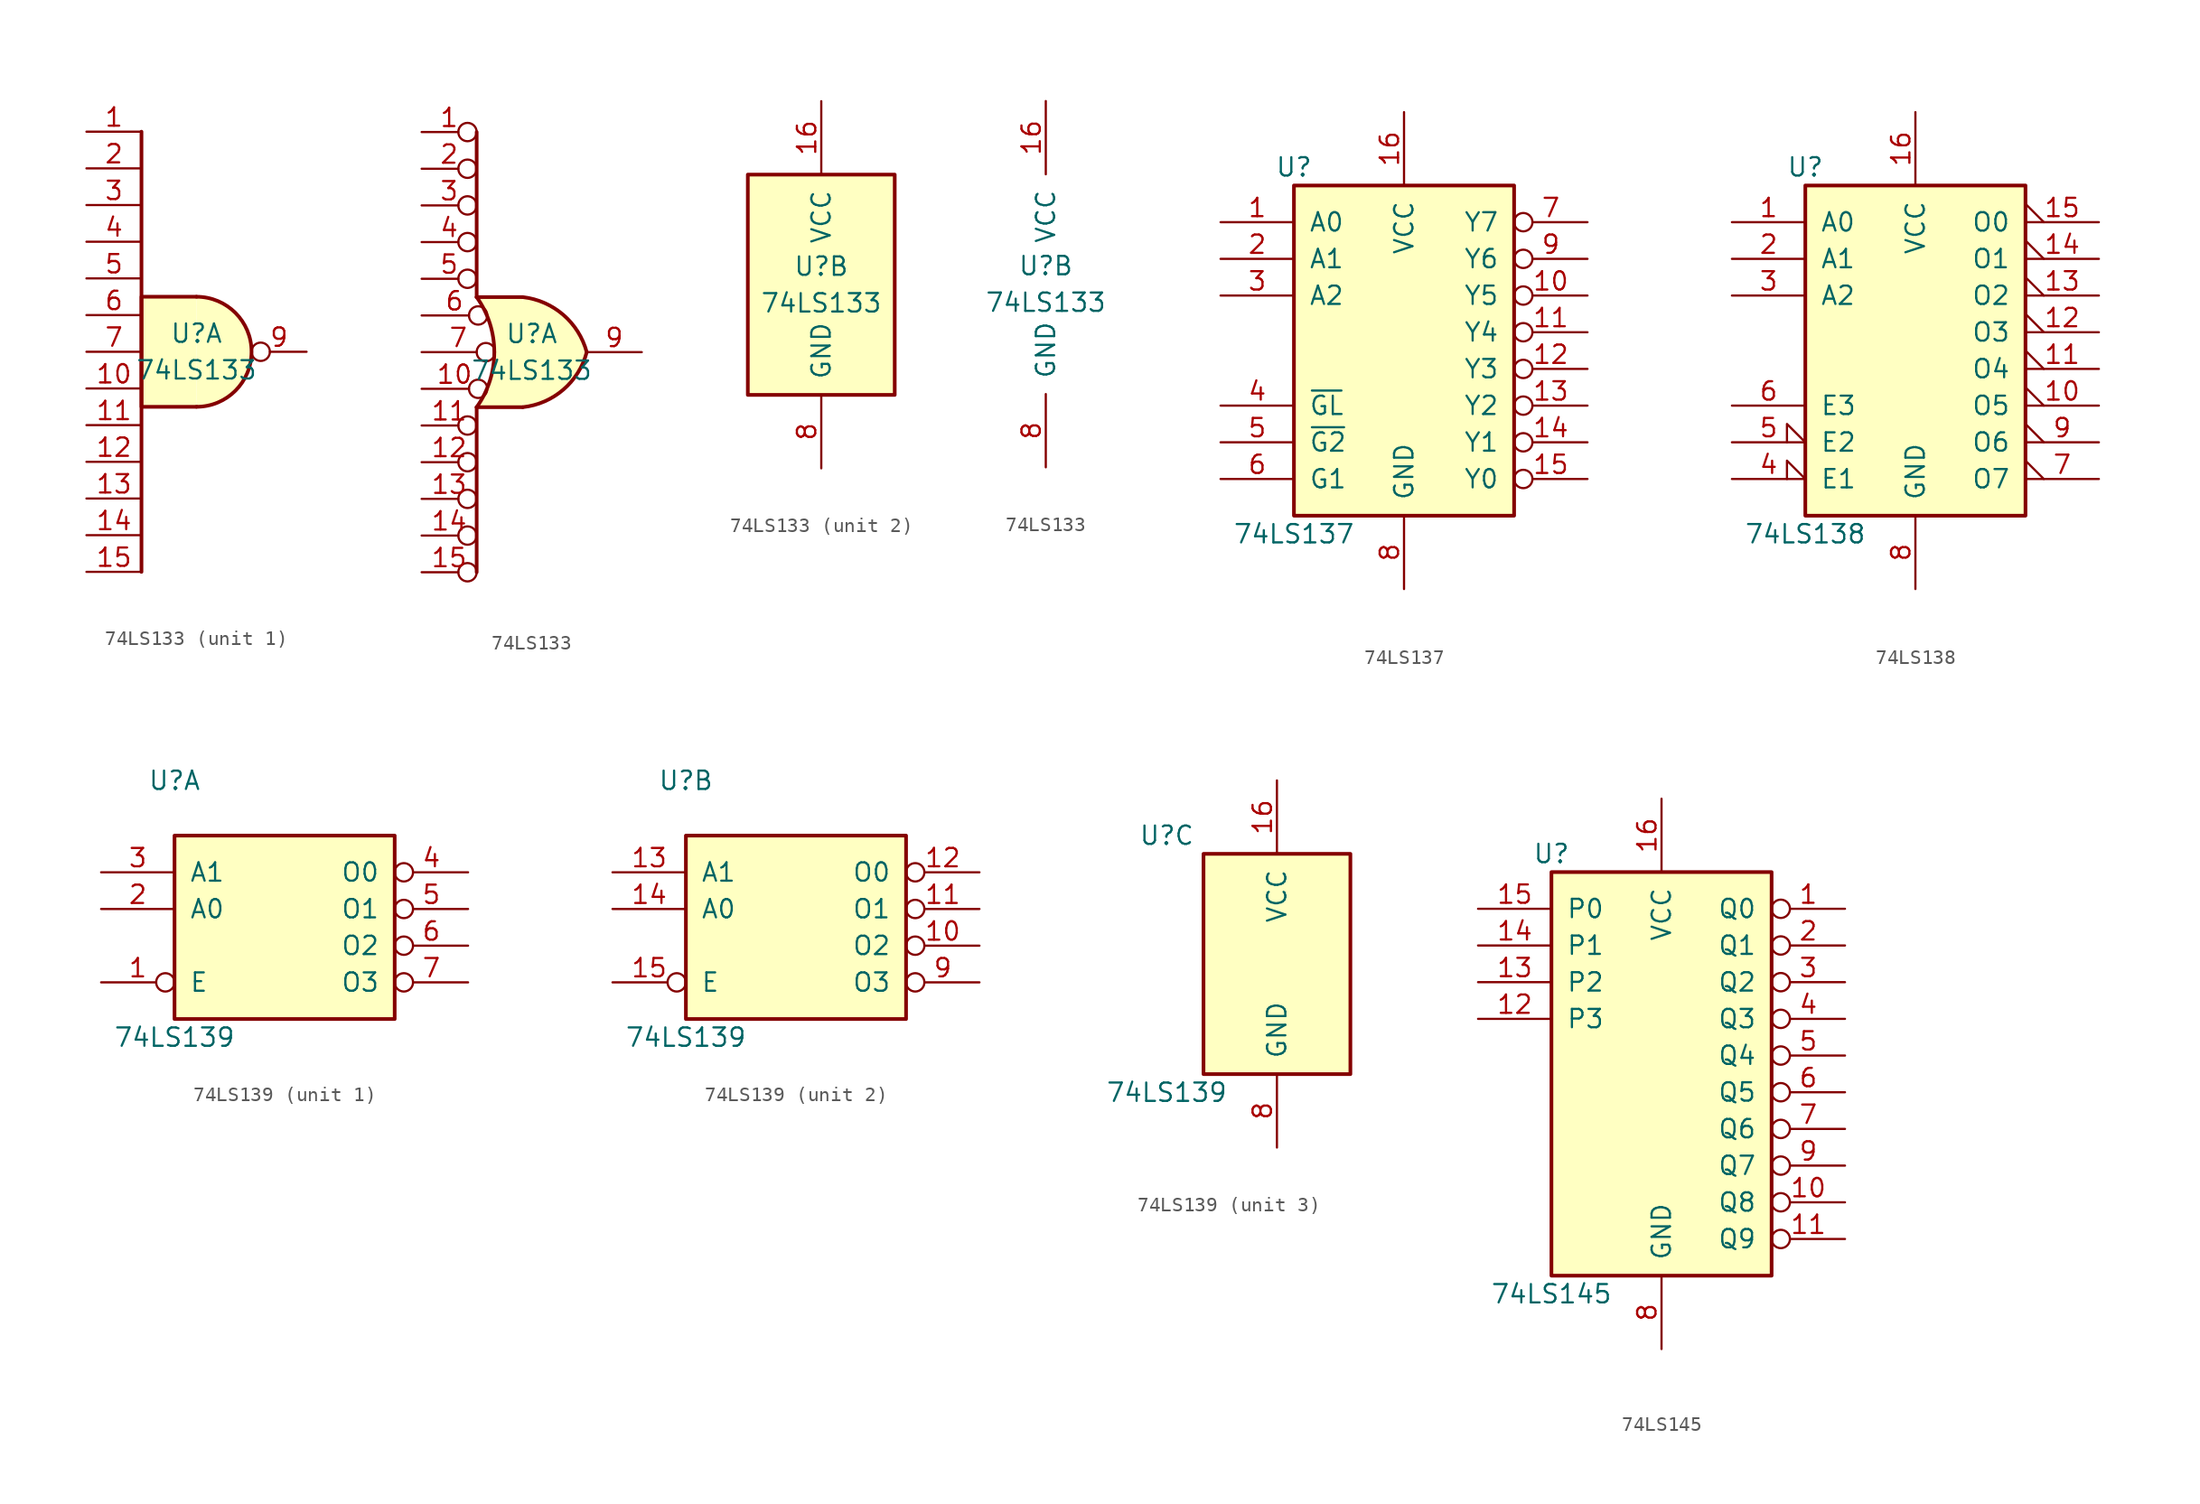
<source format=kicad_sym>
(kicad_symbol_lib
  (version 20241209)
  (generator "kicad_symbol_editor")
  (generator_version "9.0")
  (symbol "74LS133"
    (pin_names
      (offset 1.016))
    (property "Reference" "U"
      (at 0 1.27 0)
      (effects (font (size 1.27 1.27))))
    (property "Value" "74LS133"
      (at 0 -1.27 0)
      (effects (font (size 1.27 1.27))))
    (property "ki_locked" ""
      (at 0 0 0)
      (effects (font (size 1.27 1.27))))
    (symbol "74LS133_1_1"
      (polyline (pts (xy -3.81 15.24) (xy -3.81 -15.24)) (stroke (width 0.254) (type solid)) (fill (type none)))
      (polyline (pts (xy 0 3.81) (xy -3.81 3.81) (xy -3.81 -3.81) (xy 0 -3.81)) (stroke (width 0.254) (type solid)) (fill (type background)))
      (arc (start 0 3.81) (mid 3.81 0) (end 0 -3.81) (stroke (width 0.254) (type solid)) (fill (type background)))
      (pin input line (at -7.62 15.24 0) (length 3.81) (name "~" (effects (font (size 1.27 1.27)))) (number "1" (effects (font (size 1.27 1.27)))))
      (pin input line (at -7.62 12.7 0) (length 3.81) (name "~" (effects (font (size 1.27 1.27)))) (number "2" (effects (font (size 1.27 1.27)))))
      (pin input line (at -7.62 10.16 0) (length 3.81) (name "~" (effects (font (size 1.27 1.27)))) (number "3" (effects (font (size 1.27 1.27)))))
      (pin input line (at -7.62 7.62 0) (length 3.81) (name "~" (effects (font (size 1.27 1.27)))) (number "4" (effects (font (size 1.27 1.27)))))
      (pin input line (at -7.62 5.08 0) (length 3.81) (name "~" (effects (font (size 1.27 1.27)))) (number "5" (effects (font (size 1.27 1.27)))))
      (pin input line (at -7.62 2.54 0) (length 3.81) (name "~" (effects (font (size 1.27 1.27)))) (number "6" (effects (font (size 1.27 1.27)))))
      (pin input line (at -7.62 0 0) (length 3.81) (name "~" (effects (font (size 1.27 1.27)))) (number "7" (effects (font (size 1.27 1.27)))))
      (pin input line (at -7.62 -2.54 0) (length 3.81) (name "~" (effects (font (size 1.27 1.27)))) (number "10" (effects (font (size 1.27 1.27)))))
      (pin input line (at -7.62 -5.08 0) (length 3.81) (name "~" (effects (font (size 1.27 1.27)))) (number "11" (effects (font (size 1.27 1.27)))))
      (pin input line (at -7.62 -7.62 0) (length 3.81) (name "~" (effects (font (size 1.27 1.27)))) (number "12" (effects (font (size 1.27 1.27)))))
      (pin input line (at -7.62 -10.16 0) (length 3.81) (name "~" (effects (font (size 1.27 1.27)))) (number "13" (effects (font (size 1.27 1.27)))))
      (pin input line (at -7.62 -12.7 0) (length 3.81) (name "~" (effects (font (size 1.27 1.27)))) (number "14" (effects (font (size 1.27 1.27)))))
      (pin input line (at -7.62 -15.24 0) (length 3.81) (name "~" (effects (font (size 1.27 1.27)))) (number "15" (effects (font (size 1.27 1.27)))))
      (pin output inverted (at 7.62 0 180) (length 3.81) (name "~" (effects (font (size 1.27 1.27)))) (number "9" (effects (font (size 1.27 1.27))))))
    (symbol "74LS133_1_2"
      (arc (start -3.81 3.81) (mid -2.589 0) (end -3.81 -3.81) (stroke (width 0.254) (type solid)) (fill (type none)))
      (polyline (pts (xy -3.81 15.24) (xy -3.81 3.81)) (stroke (width 0.254) (type solid)) (fill (type none)))
      (polyline (pts (xy -3.81 3.81) (xy -0.635 3.81)) (stroke (width 0.254) (type solid)) (fill (type background)))
      (polyline (pts (xy -3.81 -3.81) (xy -3.81 -15.24)) (stroke (width 0.254) (type solid)) (fill (type none)))
      (polyline (pts (xy -3.81 -3.81) (xy -0.635 -3.81)) (stroke (width 0.254) (type solid)) (fill (type background)))
      (arc (start 3.81 0) (mid 2.1915 -2.5936) (end -0.6096 -3.81) (stroke (width 0.254) (type solid)) (fill (type background)))
      (arc (start -0.6096 3.81) (mid 2.1842 2.5851) (end 3.81 0) (stroke (width 0.254) (type solid)) (fill (type background)))
      (polyline (pts (xy -0.635 3.81) (xy -3.81 3.81) (xy -3.81 3.81) (xy -3.556 3.404) (xy -3.023 2.261) (xy -2.692 1.041) (xy -2.616 -0.254) (xy -2.769 -1.499) (xy -3.175 -2.718) (xy -3.81 -3.81) (xy -3.81 -3.81) (xy -0.635 -3.81)) (stroke (width -25.4) (type solid)) (fill (type background)))
      (pin input inverted (at -7.62 15.24 0) (length 3.81) (name "~" (effects (font (size 1.27 1.27)))) (number "1" (effects (font (size 1.27 1.27)))))
      (pin input inverted (at -7.62 12.7 0) (length 3.81) (name "~" (effects (font (size 1.27 1.27)))) (number "2" (effects (font (size 1.27 1.27)))))
      (pin input inverted (at -7.62 10.16 0) (length 3.81) (name "~" (effects (font (size 1.27 1.27)))) (number "3" (effects (font (size 1.27 1.27)))))
      (pin input inverted (at -7.62 7.62 0) (length 3.81) (name "~" (effects (font (size 1.27 1.27)))) (number "4" (effects (font (size 1.27 1.27)))))
      (pin input inverted (at -7.62 5.08 0) (length 3.81) (name "~" (effects (font (size 1.27 1.27)))) (number "5" (effects (font (size 1.27 1.27)))))
      (pin input inverted (at -7.62 2.54 0) (length 4.547) (name "~" (effects (font (size 1.27 1.27)))) (number "6" (effects (font (size 1.27 1.27)))))
      (pin input inverted (at -7.62 0 0) (length 5.08) (name "~" (effects (font (size 1.27 1.27)))) (number "7" (effects (font (size 1.27 1.27)))))
      (pin input inverted (at -7.62 -2.54 0) (length 4.547) (name "~" (effects (font (size 1.27 1.27)))) (number "10" (effects (font (size 1.27 1.27)))))
      (pin input inverted (at -7.62 -5.08 0) (length 3.81) (name "~" (effects (font (size 1.27 1.27)))) (number "11" (effects (font (size 1.27 1.27)))))
      (pin input inverted (at -7.62 -7.62 0) (length 3.81) (name "~" (effects (font (size 1.27 1.27)))) (number "12" (effects (font (size 1.27 1.27)))))
      (pin input inverted (at -7.62 -10.16 0) (length 3.81) (name "~" (effects (font (size 1.27 1.27)))) (number "13" (effects (font (size 1.27 1.27)))))
      (pin input inverted (at -7.62 -12.7 0) (length 3.81) (name "~" (effects (font (size 1.27 1.27)))) (number "14" (effects (font (size 1.27 1.27)))))
      (pin input inverted (at -7.62 -15.24 0) (length 3.81) (name "~" (effects (font (size 1.27 1.27)))) (number "15" (effects (font (size 1.27 1.27)))))
      (pin output line (at 7.62 0 180) (length 3.81) (name "~" (effects (font (size 1.27 1.27)))) (number "9" (effects (font (size 1.27 1.27))))))
    (symbol "74LS133_2_0"
      (pin power_in line (at 0 12.7 270) (length 5.08) (name "VCC" (effects (font (size 1.27 1.27)))) (number "16" (effects (font (size 1.27 1.27)))))
      (pin power_in line (at 0 -12.7 90) (length 5.08) (name "GND" (effects (font (size 1.27 1.27)))) (number "8" (effects (font (size 1.27 1.27))))))
    (symbol "74LS133_2_1"
      (rectangle (start -5.08 7.62) (end 5.08 -7.62) (stroke (width 0.254) (type solid)) (fill (type background)))))
  (symbol "74LS137"
    (pin_names
      (offset 1.016))
    (property "Reference" "U"
      (at -7.62 11.43 0)
      (effects (font (size 1.27 1.27))))
    (property "Value" "74LS137"
      (at -7.62 -13.97 0)
      (effects (font (size 1.27 1.27))))
    (property "ki_locked" ""
      (at 0 0 0)
      (effects (font (size 1.27 1.27))))
    (symbol "74LS137_1_0"
      (pin input line (at -12.7 7.62 0) (length 5.08) (name "A0" (effects (font (size 1.27 1.27)))) (number "1" (effects (font (size 1.27 1.27)))))
      (pin input line (at -12.7 5.08 0) (length 5.08) (name "A1" (effects (font (size 1.27 1.27)))) (number "2" (effects (font (size 1.27 1.27)))))
      (pin input line (at -12.7 2.54 0) (length 5.08) (name "A2" (effects (font (size 1.27 1.27)))) (number "3" (effects (font (size 1.27 1.27)))))
      (pin input line (at -12.7 -5.08 0) (length 5.08) (name "~{GL}" (effects (font (size 1.27 1.27)))) (number "4" (effects (font (size 1.27 1.27)))))
      (pin input line (at -12.7 -7.62 0) (length 5.08) (name "~{G2}" (effects (font (size 1.27 1.27)))) (number "5" (effects (font (size 1.27 1.27)))))
      (pin input line (at -12.7 -10.16 0) (length 5.08) (name "G1" (effects (font (size 1.27 1.27)))) (number "6" (effects (font (size 1.27 1.27)))))
      (pin power_in line (at 0 15.24 270) (length 5.08) (name "VCC" (effects (font (size 1.27 1.27)))) (number "16" (effects (font (size 1.27 1.27)))))
      (pin power_in line (at 0 -17.78 90) (length 5.08) (name "GND" (effects (font (size 1.27 1.27)))) (number "8" (effects (font (size 1.27 1.27)))))
      (pin output inverted (at 12.7 7.62 180) (length 5.08) (name "Y7" (effects (font (size 1.27 1.27)))) (number "7" (effects (font (size 1.27 1.27)))))
      (pin output inverted (at 12.7 5.08 180) (length 5.08) (name "Y6" (effects (font (size 1.27 1.27)))) (number "9" (effects (font (size 1.27 1.27)))))
      (pin output inverted (at 12.7 2.54 180) (length 5.08) (name "Y5" (effects (font (size 1.27 1.27)))) (number "10" (effects (font (size 1.27 1.27)))))
      (pin output inverted (at 12.7 0 180) (length 5.08) (name "Y4" (effects (font (size 1.27 1.27)))) (number "11" (effects (font (size 1.27 1.27)))))
      (pin output inverted (at 12.7 -2.54 180) (length 5.08) (name "Y3" (effects (font (size 1.27 1.27)))) (number "12" (effects (font (size 1.27 1.27)))))
      (pin output inverted (at 12.7 -5.08 180) (length 5.08) (name "Y2" (effects (font (size 1.27 1.27)))) (number "13" (effects (font (size 1.27 1.27)))))
      (pin output inverted (at 12.7 -7.62 180) (length 5.08) (name "Y1" (effects (font (size 1.27 1.27)))) (number "14" (effects (font (size 1.27 1.27)))))
      (pin output inverted (at 12.7 -10.16 180) (length 5.08) (name "Y0" (effects (font (size 1.27 1.27)))) (number "15" (effects (font (size 1.27 1.27))))))
    (symbol "74LS137_1_1"
      (rectangle (start -7.62 10.16) (end 7.62 -12.7) (stroke (width 0.254) (type solid)) (fill (type background)))))
  (symbol "74LS138"
    (pin_names
      (offset 1.016))
    (property "Reference" "U"
      (at -7.62 11.43 0)
      (effects (font (size 1.27 1.27))))
    (property "Value" "74LS138"
      (at -7.62 -13.97 0)
      (effects (font (size 1.27 1.27))))
    (property "ki_locked" ""
      (at 0 0 0)
      (effects (font (size 1.27 1.27))))
    (symbol "74LS138_1_0"
      (pin input line (at -12.7 7.62 0) (length 5.08) (name "A0" (effects (font (size 1.27 1.27)))) (number "1" (effects (font (size 1.27 1.27)))))
      (pin input line (at -12.7 5.08 0) (length 5.08) (name "A1" (effects (font (size 1.27 1.27)))) (number "2" (effects (font (size 1.27 1.27)))))
      (pin input line (at -12.7 2.54 0) (length 5.08) (name "A2" (effects (font (size 1.27 1.27)))) (number "3" (effects (font (size 1.27 1.27)))))
      (pin input line (at -12.7 -5.08 0) (length 5.08) (name "E3" (effects (font (size 1.27 1.27)))) (number "6" (effects (font (size 1.27 1.27)))))
      (pin input input_low (at -12.7 -7.62 0) (length 5.08) (name "E2" (effects (font (size 1.27 1.27)))) (number "5" (effects (font (size 1.27 1.27)))))
      (pin input input_low (at -12.7 -10.16 0) (length 5.08) (name "E1" (effects (font (size 1.27 1.27)))) (number "4" (effects (font (size 1.27 1.27)))))
      (pin power_in line (at 0 15.24 270) (length 5.08) (name "VCC" (effects (font (size 1.27 1.27)))) (number "16" (effects (font (size 1.27 1.27)))))
      (pin power_in line (at 0 -17.78 90) (length 5.08) (name "GND" (effects (font (size 1.27 1.27)))) (number "8" (effects (font (size 1.27 1.27)))))
      (pin output output_low (at 12.7 7.62 180) (length 5.08) (name "O0" (effects (font (size 1.27 1.27)))) (number "15" (effects (font (size 1.27 1.27)))))
      (pin output output_low (at 12.7 5.08 180) (length 5.08) (name "O1" (effects (font (size 1.27 1.27)))) (number "14" (effects (font (size 1.27 1.27)))))
      (pin output output_low (at 12.7 2.54 180) (length 5.08) (name "O2" (effects (font (size 1.27 1.27)))) (number "13" (effects (font (size 1.27 1.27)))))
      (pin output output_low (at 12.7 0 180) (length 5.08) (name "O3" (effects (font (size 1.27 1.27)))) (number "12" (effects (font (size 1.27 1.27)))))
      (pin output output_low (at 12.7 -2.54 180) (length 5.08) (name "O4" (effects (font (size 1.27 1.27)))) (number "11" (effects (font (size 1.27 1.27)))))
      (pin output output_low (at 12.7 -5.08 180) (length 5.08) (name "O5" (effects (font (size 1.27 1.27)))) (number "10" (effects (font (size 1.27 1.27)))))
      (pin output output_low (at 12.7 -7.62 180) (length 5.08) (name "O6" (effects (font (size 1.27 1.27)))) (number "9" (effects (font (size 1.27 1.27)))))
      (pin output output_low (at 12.7 -10.16 180) (length 5.08) (name "O7" (effects (font (size 1.27 1.27)))) (number "7" (effects (font (size 1.27 1.27))))))
    (symbol "74LS138_1_1"
      (rectangle (start -7.62 10.16) (end 7.62 -12.7) (stroke (width 0.254) (type solid)) (fill (type background)))))
  (symbol "74LS139"
    (pin_names
      (offset 1.016))
    (property "Reference" "U"
      (at -7.62 8.89 0)
      (effects (font (size 1.27 1.27))))
    (property "Value" "74LS139"
      (at -7.62 -8.89 0)
      (effects (font (size 1.27 1.27))))
    (property "ki_locked" ""
      (at 0 0 0)
      (effects (font (size 1.27 1.27))))
    (symbol "74LS139_1_0"
      (pin input line (at -12.7 2.54 0) (length 5.08) (name "A1" (effects (font (size 1.27 1.27)))) (number "3" (effects (font (size 1.27 1.27)))))
      (pin input line (at -12.7 0 0) (length 5.08) (name "A0" (effects (font (size 1.27 1.27)))) (number "2" (effects (font (size 1.27 1.27)))))
      (pin input inverted (at -12.7 -5.08 0) (length 5.08) (name "E" (effects (font (size 1.27 1.27)))) (number "1" (effects (font (size 1.27 1.27)))))
      (pin output inverted (at 12.7 2.54 180) (length 5.08) (name "O0" (effects (font (size 1.27 1.27)))) (number "4" (effects (font (size 1.27 1.27)))))
      (pin output inverted (at 12.7 0 180) (length 5.08) (name "O1" (effects (font (size 1.27 1.27)))) (number "5" (effects (font (size 1.27 1.27)))))
      (pin output inverted (at 12.7 -2.54 180) (length 5.08) (name "O2" (effects (font (size 1.27 1.27)))) (number "6" (effects (font (size 1.27 1.27)))))
      (pin output inverted (at 12.7 -5.08 180) (length 5.08) (name "O3" (effects (font (size 1.27 1.27)))) (number "7" (effects (font (size 1.27 1.27))))))
    (symbol "74LS139_1_1"
      (rectangle (start -7.62 5.08) (end 7.62 -7.62) (stroke (width 0.254) (type solid)) (fill (type background))))
    (symbol "74LS139_2_0"
      (pin input line (at -12.7 2.54 0) (length 5.08) (name "A1" (effects (font (size 1.27 1.27)))) (number "13" (effects (font (size 1.27 1.27)))))
      (pin input line (at -12.7 0 0) (length 5.08) (name "A0" (effects (font (size 1.27 1.27)))) (number "14" (effects (font (size 1.27 1.27)))))
      (pin input inverted (at -12.7 -5.08 0) (length 5.08) (name "E" (effects (font (size 1.27 1.27)))) (number "15" (effects (font (size 1.27 1.27)))))
      (pin output inverted (at 12.7 2.54 180) (length 5.08) (name "O0" (effects (font (size 1.27 1.27)))) (number "12" (effects (font (size 1.27 1.27)))))
      (pin output inverted (at 12.7 0 180) (length 5.08) (name "O1" (effects (font (size 1.27 1.27)))) (number "11" (effects (font (size 1.27 1.27)))))
      (pin output inverted (at 12.7 -2.54 180) (length 5.08) (name "O2" (effects (font (size 1.27 1.27)))) (number "10" (effects (font (size 1.27 1.27)))))
      (pin output inverted (at 12.7 -5.08 180) (length 5.08) (name "O3" (effects (font (size 1.27 1.27)))) (number "9" (effects (font (size 1.27 1.27))))))
    (symbol "74LS139_2_1"
      (rectangle (start -7.62 5.08) (end 7.62 -7.62) (stroke (width 0.254) (type solid)) (fill (type background))))
    (symbol "74LS139_3_0"
      (pin power_in line (at 0 12.7 270) (length 5.08) (name "VCC" (effects (font (size 1.27 1.27)))) (number "16" (effects (font (size 1.27 1.27)))))
      (pin power_in line (at 0 -12.7 90) (length 5.08) (name "GND" (effects (font (size 1.27 1.27)))) (number "8" (effects (font (size 1.27 1.27))))))
    (symbol "74LS139_3_1"
      (rectangle (start -5.08 7.62) (end 5.08 -7.62) (stroke (width 0.254) (type solid)) (fill (type background)))))
  (symbol "74LS145"
    (pin_names
      (offset 1.016))
    (property "Reference" "U"
      (at -7.62 13.97 0)
      (effects (font (size 1.27 1.27))))
    (property "Value" "74LS145"
      (at -7.62 -16.51 0)
      (effects (font (size 1.27 1.27))))
    (property "ki_locked" ""
      (at 0 0 0)
      (effects (font (size 1.27 1.27))))
    (symbol "74LS145_1_0"
      (pin input line (at -12.7 10.16 0) (length 5.08) (name "P0" (effects (font (size 1.27 1.27)))) (number "15" (effects (font (size 1.27 1.27)))))
      (pin input line (at -12.7 7.62 0) (length 5.08) (name "P1" (effects (font (size 1.27 1.27)))) (number "14" (effects (font (size 1.27 1.27)))))
      (pin input line (at -12.7 5.08 0) (length 5.08) (name "P2" (effects (font (size 1.27 1.27)))) (number "13" (effects (font (size 1.27 1.27)))))
      (pin input line (at -12.7 2.54 0) (length 5.08) (name "P3" (effects (font (size 1.27 1.27)))) (number "12" (effects (font (size 1.27 1.27)))))
      (pin power_in line (at 0 17.78 270) (length 5.08) (name "VCC" (effects (font (size 1.27 1.27)))) (number "16" (effects (font (size 1.27 1.27)))))
      (pin power_in line (at 0 -20.32 90) (length 5.08) (name "GND" (effects (font (size 1.27 1.27)))) (number "8" (effects (font (size 1.27 1.27)))))
      (pin open_collector inverted (at 12.7 10.16 180) (length 5.08) (name "Q0" (effects (font (size 1.27 1.27)))) (number "1" (effects (font (size 1.27 1.27)))))
      (pin open_collector inverted (at 12.7 7.62 180) (length 5.08) (name "Q1" (effects (font (size 1.27 1.27)))) (number "2" (effects (font (size 1.27 1.27)))))
      (pin open_collector inverted (at 12.7 5.08 180) (length 5.08) (name "Q2" (effects (font (size 1.27 1.27)))) (number "3" (effects (font (size 1.27 1.27)))))
      (pin open_collector inverted (at 12.7 2.54 180) (length 5.08) (name "Q3" (effects (font (size 1.27 1.27)))) (number "4" (effects (font (size 1.27 1.27)))))
      (pin open_collector inverted (at 12.7 0 180) (length 5.08) (name "Q4" (effects (font (size 1.27 1.27)))) (number "5" (effects (font (size 1.27 1.27)))))
      (pin open_collector inverted (at 12.7 -2.54 180) (length 5.08) (name "Q5" (effects (font (size 1.27 1.27)))) (number "6" (effects (font (size 1.27 1.27)))))
      (pin open_collector inverted (at 12.7 -5.08 180) (length 5.08) (name "Q6" (effects (font (size 1.27 1.27)))) (number "7" (effects (font (size 1.27 1.27)))))
      (pin open_collector inverted (at 12.7 -7.62 180) (length 5.08) (name "Q7" (effects (font (size 1.27 1.27)))) (number "9" (effects (font (size 1.27 1.27)))))
      (pin open_collector inverted (at 12.7 -10.16 180) (length 5.08) (name "Q8" (effects (font (size 1.27 1.27)))) (number "10" (effects (font (size 1.27 1.27)))))
      (pin open_collector inverted (at 12.7 -12.7 180) (length 5.08) (name "Q9" (effects (font (size 1.27 1.27)))) (number "11" (effects (font (size 1.27 1.27))))))
    (symbol "74LS145_1_1"
      (rectangle (start -7.62 12.7) (end 7.62 -15.24) (stroke (width 0.254) (type solid)) (fill (type background))))))
</source>
